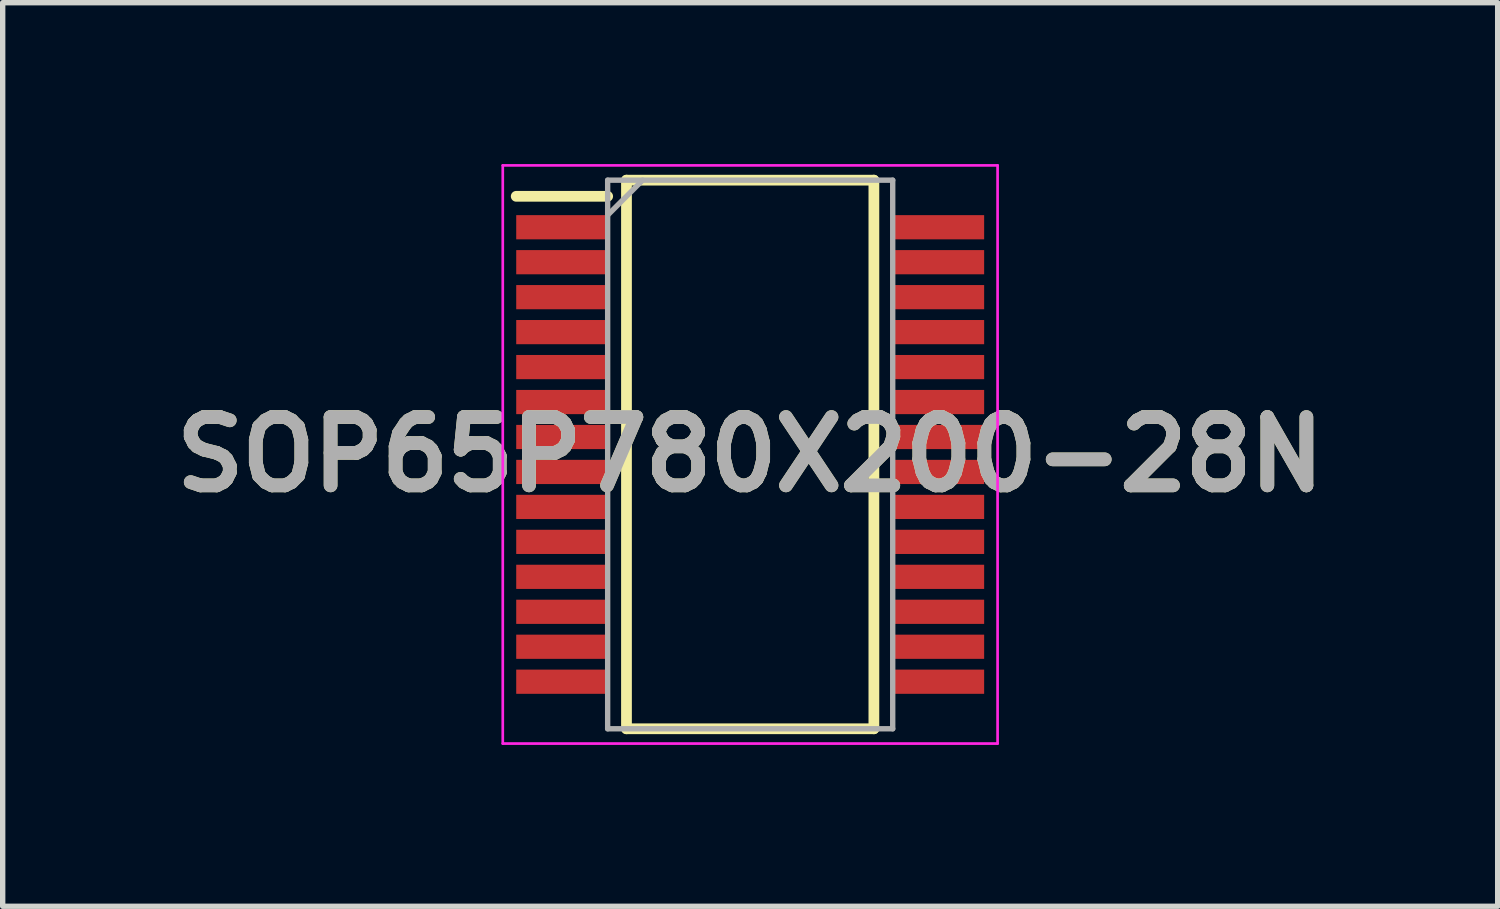
<source format=kicad_pcb>
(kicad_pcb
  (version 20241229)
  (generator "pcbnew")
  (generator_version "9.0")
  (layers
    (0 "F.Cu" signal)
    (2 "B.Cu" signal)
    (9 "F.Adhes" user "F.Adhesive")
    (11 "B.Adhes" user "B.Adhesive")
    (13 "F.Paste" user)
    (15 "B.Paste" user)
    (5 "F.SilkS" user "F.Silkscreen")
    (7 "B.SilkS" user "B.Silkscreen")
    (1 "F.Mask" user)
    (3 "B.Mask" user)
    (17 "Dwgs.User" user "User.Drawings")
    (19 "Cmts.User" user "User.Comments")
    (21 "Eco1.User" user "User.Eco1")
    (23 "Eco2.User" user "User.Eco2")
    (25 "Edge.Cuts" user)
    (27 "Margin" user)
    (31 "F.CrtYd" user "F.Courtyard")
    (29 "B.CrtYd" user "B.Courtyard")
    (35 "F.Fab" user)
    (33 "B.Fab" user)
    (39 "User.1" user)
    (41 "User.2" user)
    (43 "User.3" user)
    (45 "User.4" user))
  (footprint "SOP65P780X200-28N"
    (layer "F.Cu")
    (at 10.898 5.4)
    (property "Reference" "SOP65P780X200-28N" (at 0 0 0) (layer "F.SilkS") (effects (font (size 1.27 1.27) (thickness 0.254))))
    (attr smd)
    (fp_line (start -4.35 -4.8) (end -2.65 -4.8) (stroke (width 0.2) (type solid)) (layer "F.SilkS"))
    (fp_line (start -2.3 -5.1) (end 2.3 -5.1) (stroke (width 0.2) (type solid)) (layer "F.SilkS"))
    (fp_line (start -2.3 5.1) (end -2.3 -5.1) (stroke (width 0.2) (type solid)) (layer "F.SilkS"))
    (fp_line (start 2.3 -5.1) (end 2.3 5.1) (stroke (width 0.2) (type solid)) (layer "F.SilkS"))
    (fp_line (start 2.3 5.1) (end -2.3 5.1) (stroke (width 0.2) (type solid)) (layer "F.SilkS"))
    (fp_line (start -4.6 -5.375) (end 4.6 -5.375) (stroke (width 0.05) (type solid)) (layer "F.CrtYd"))
    (fp_line (start -4.6 5.375) (end -4.6 -5.375) (stroke (width 0.05) (type solid)) (layer "F.CrtYd"))
    (fp_line (start 4.6 -5.375) (end 4.6 5.375) (stroke (width 0.05) (type solid)) (layer "F.CrtYd"))
    (fp_line (start 4.6 5.375) (end -4.6 5.375) (stroke (width 0.05) (type solid)) (layer "F.CrtYd"))
    (fp_line (start -2.65 -5.1) (end 2.65 -5.1) (stroke (width 0.1) (type solid)) (layer "F.Fab"))
    (fp_line (start -2.65 -4.45) (end -2 -5.1) (stroke (width 0.1) (type solid)) (layer "F.Fab"))
    (fp_line (start -2.65 5.1) (end -2.65 -5.1) (stroke (width 0.1) (type solid)) (layer "F.Fab"))
    (fp_line (start 2.65 -5.1) (end 2.65 5.1) (stroke (width 0.1) (type solid)) (layer "F.Fab"))
    (fp_line (start 2.65 5.1) (end -2.65 5.1) (stroke (width 0.1) (type solid)) (layer "F.Fab"))
    (fp_text user "${REFERENCE}" (at 0 0 0) (layer "F.Fab") (effects (font (size 1.27 1.27) (thickness 0.254))))
    (pad "1" smd rect (at -3.5 -4.225 90) (size 0.45 1.7) (layers "F.Cu" "F.Mask" "F.Paste"))
    (pad "2" smd rect (at -3.5 -3.575 90) (size 0.45 1.7) (layers "F.Cu" "F.Mask" "F.Paste"))
    (pad "3" smd rect (at -3.5 -2.925 90) (size 0.45 1.7) (layers "F.Cu" "F.Mask" "F.Paste"))
    (pad "4" smd rect (at -3.5 -2.275 90) (size 0.45 1.7) (layers "F.Cu" "F.Mask" "F.Paste"))
    (pad "5" smd rect (at -3.5 -1.625 90) (size 0.45 1.7) (layers "F.Cu" "F.Mask" "F.Paste"))
    (pad "6" smd rect (at -3.5 -0.975 90) (size 0.45 1.7) (layers "F.Cu" "F.Mask" "F.Paste"))
    (pad "7" smd rect (at -3.5 -0.325 90) (size 0.45 1.7) (layers "F.Cu" "F.Mask" "F.Paste"))
    (pad "8" smd rect (at -3.5 0.325 90) (size 0.45 1.7) (layers "F.Cu" "F.Mask" "F.Paste"))
    (pad "9" smd rect (at -3.5 0.975 90) (size 0.45 1.7) (layers "F.Cu" "F.Mask" "F.Paste"))
    (pad "10" smd rect (at -3.5 1.625 90) (size 0.45 1.7) (layers "F.Cu" "F.Mask" "F.Paste"))
    (pad "11" smd rect (at -3.5 2.275 90) (size 0.45 1.7) (layers "F.Cu" "F.Mask" "F.Paste"))
    (pad "12" smd rect (at -3.5 2.925 90) (size 0.45 1.7) (layers "F.Cu" "F.Mask" "F.Paste"))
    (pad "13" smd rect (at -3.5 3.575 90) (size 0.45 1.7) (layers "F.Cu" "F.Mask" "F.Paste"))
    (pad "14" smd rect (at -3.5 4.225 90) (size 0.45 1.7) (layers "F.Cu" "F.Mask" "F.Paste"))
    (pad "15" smd rect (at 3.5 4.225 90) (size 0.45 1.7) (layers "F.Cu" "F.Mask" "F.Paste"))
    (pad "16" smd rect (at 3.5 3.575 90) (size 0.45 1.7) (layers "F.Cu" "F.Mask" "F.Paste"))
    (pad "17" smd rect (at 3.5 2.925 90) (size 0.45 1.7) (layers "F.Cu" "F.Mask" "F.Paste"))
    (pad "18" smd rect (at 3.5 2.275 90) (size 0.45 1.7) (layers "F.Cu" "F.Mask" "F.Paste"))
    (pad "19" smd rect (at 3.5 1.625 90) (size 0.45 1.7) (layers "F.Cu" "F.Mask" "F.Paste"))
    (pad "20" smd rect (at 3.5 0.975 90) (size 0.45 1.7) (layers "F.Cu" "F.Mask" "F.Paste"))
    (pad "21" smd rect (at 3.5 0.325 90) (size 0.45 1.7) (layers "F.Cu" "F.Mask" "F.Paste"))
    (pad "22" smd rect (at 3.5 -0.325 90) (size 0.45 1.7) (layers "F.Cu" "F.Mask" "F.Paste"))
    (pad "23" smd rect (at 3.5 -0.975 90) (size 0.45 1.7) (layers "F.Cu" "F.Mask" "F.Paste"))
    (pad "24" smd rect (at 3.5 -1.625 90) (size 0.45 1.7) (layers "F.Cu" "F.Mask" "F.Paste"))
    (pad "25" smd rect (at 3.5 -2.275 90) (size 0.45 1.7) (layers "F.Cu" "F.Mask" "F.Paste"))
    (pad "26" smd rect (at 3.5 -2.925 90) (size 0.45 1.7) (layers "F.Cu" "F.Mask" "F.Paste"))
    (pad "27" smd rect (at 3.5 -3.575 90) (size 0.45 1.7) (layers "F.Cu" "F.Mask" "F.Paste"))
    (pad "28" smd rect (at 3.5 -4.225 90) (size 0.45 1.7) (layers "F.Cu" "F.Mask" "F.Paste")))
  (gr_rect
    (start -3 -3)
    (end 24.796 13.8)
    (stroke (width 0.1) (type default))
    (fill no)
    (layer "Edge.Cuts")))
</source>
